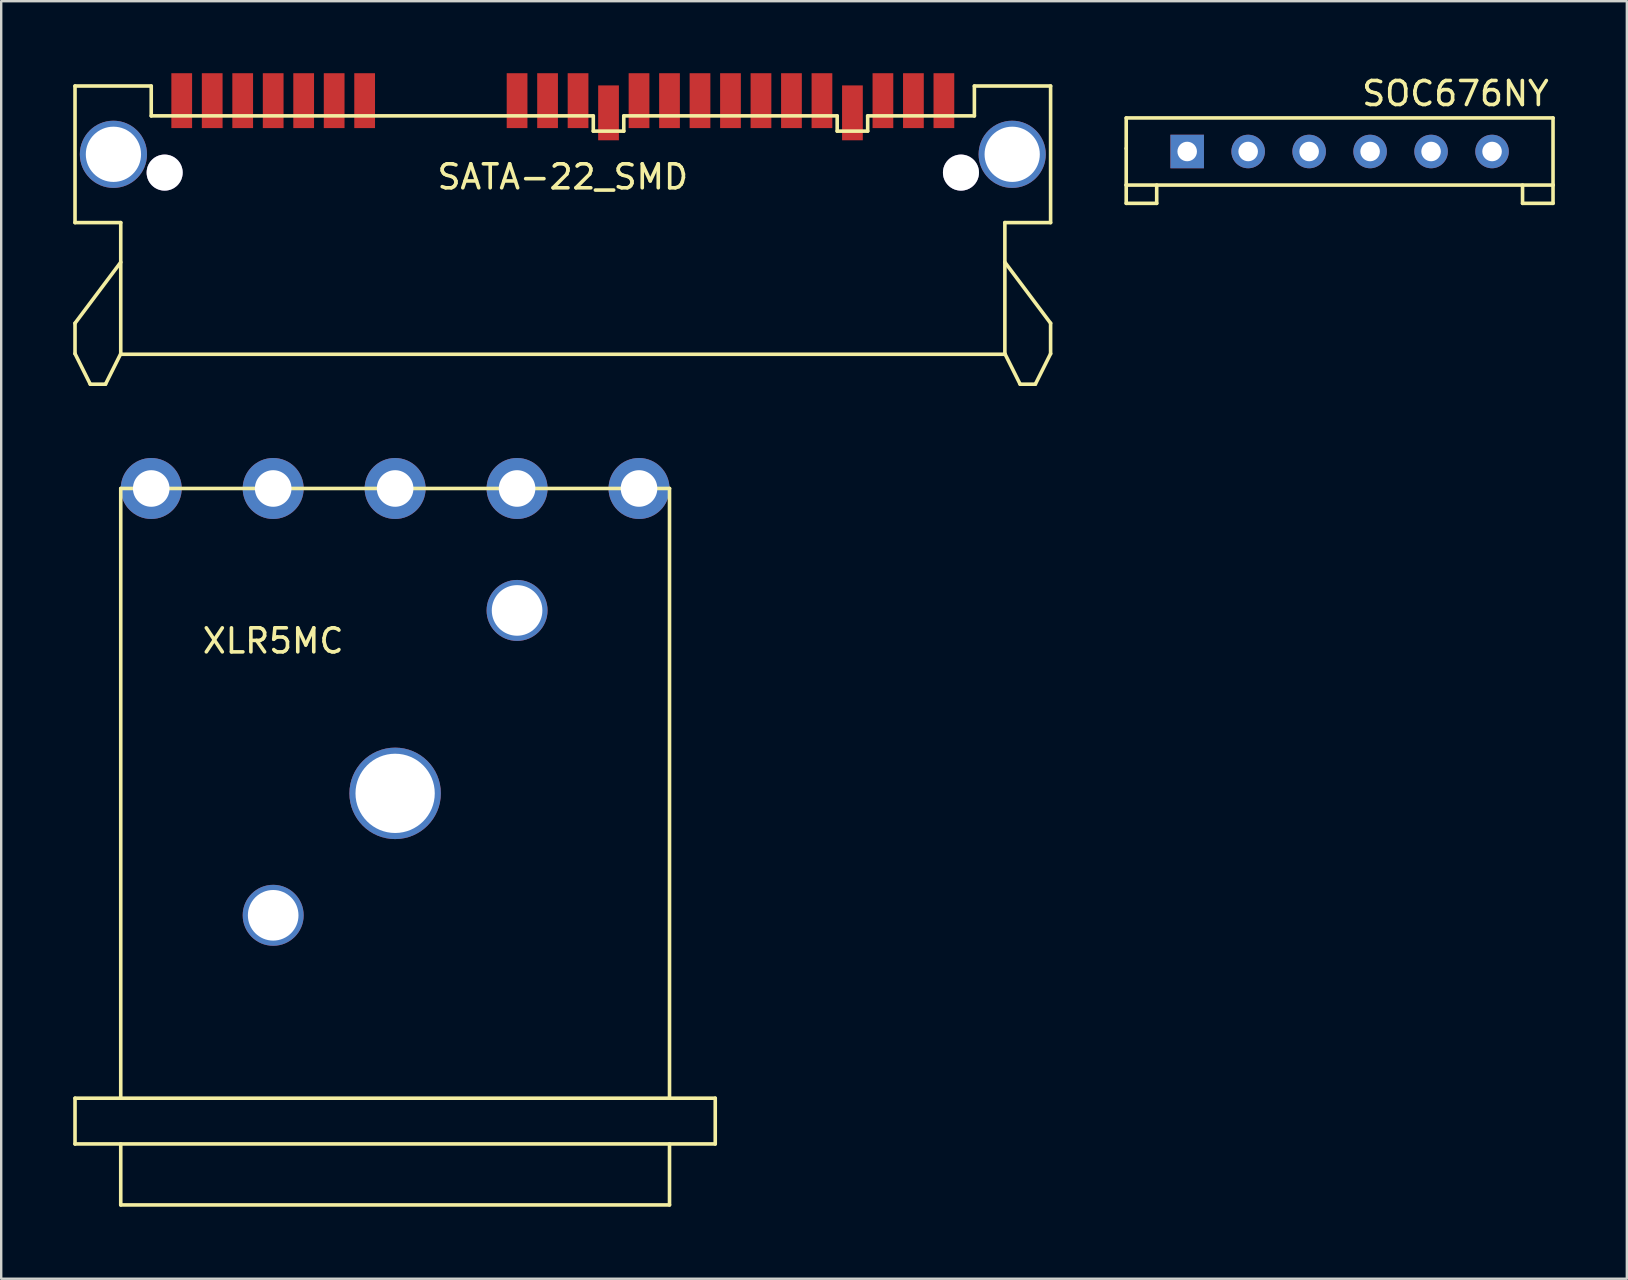
<source format=kicad_pcb>
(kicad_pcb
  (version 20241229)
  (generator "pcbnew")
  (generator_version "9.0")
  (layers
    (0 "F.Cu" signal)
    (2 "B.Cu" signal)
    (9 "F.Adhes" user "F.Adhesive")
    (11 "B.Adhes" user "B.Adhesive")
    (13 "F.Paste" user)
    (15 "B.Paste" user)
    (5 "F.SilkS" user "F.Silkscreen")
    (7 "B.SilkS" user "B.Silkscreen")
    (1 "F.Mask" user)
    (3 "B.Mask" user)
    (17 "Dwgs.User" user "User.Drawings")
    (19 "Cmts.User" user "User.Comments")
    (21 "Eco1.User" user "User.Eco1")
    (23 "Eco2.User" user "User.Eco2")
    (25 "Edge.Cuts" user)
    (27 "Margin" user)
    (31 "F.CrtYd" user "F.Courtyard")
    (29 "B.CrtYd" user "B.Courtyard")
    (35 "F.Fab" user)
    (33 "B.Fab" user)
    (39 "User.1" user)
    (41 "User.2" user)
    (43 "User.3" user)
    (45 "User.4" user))
  (footprint "SATA-22_SMD"
    (layer "F.Cu")
    (at 20.395 1.143)
    (property "Reference" "SATA-22_SMD" (at 0 3.175 0) (layer "F.SilkS") (effects (font (size 1 1) (thickness 0.15))))
    (attr through_hole)
    (fp_line (start -20.32 -0.61) (end -20.32 5.08) (stroke (width 0.15) (type solid)) (layer "F.SilkS"))
    (fp_line (start -20.32 5.08) (end -18.415 5.08) (stroke (width 0.15) (type solid)) (layer "F.SilkS"))
    (fp_line (start -20.32 9.271) (end -18.415 6.731) (stroke (width 0.15) (type solid)) (layer "F.SilkS"))
    (fp_line (start -20.32 10.541) (end -20.32 9.271) (stroke (width 0.15) (type solid)) (layer "F.SilkS"))
    (fp_line (start -19.685 11.811) (end -20.32 10.541) (stroke (width 0.15) (type solid)) (layer "F.SilkS"))
    (fp_line (start -19.05 11.811) (end -19.685 11.811) (stroke (width 0.15) (type solid)) (layer "F.SilkS"))
    (fp_line (start -18.415 5.08) (end -18.415 10.566) (stroke (width 0.15) (type solid)) (layer "F.SilkS"))
    (fp_line (start -18.415 10.541) (end -19.05 11.811) (stroke (width 0.15) (type solid)) (layer "F.SilkS"))
    (fp_line (start -18.415 10.566) (end 18.415 10.566) (stroke (width 0.15) (type solid)) (layer "F.SilkS"))
    (fp_line (start -17.145 -0.61) (end -20.32 -0.61) (stroke (width 0.15) (type solid)) (layer "F.SilkS"))
    (fp_line (start -17.145 -0.61) (end -17.145 0.635) (stroke (width 0.15) (type solid)) (layer "F.SilkS"))
    (fp_line (start -17.145 0.635) (end 1.27 0.635) (stroke (width 0.15) (type solid)) (layer "F.SilkS"))
    (fp_line (start 1.27 0.635) (end 1.27 1.27) (stroke (width 0.15) (type solid)) (layer "F.SilkS"))
    (fp_line (start 1.27 1.27) (end 2.54 1.27) (stroke (width 0.15) (type solid)) (layer "F.SilkS"))
    (fp_line (start 2.54 0.635) (end 11.43 0.635) (stroke (width 0.15) (type solid)) (layer "F.SilkS"))
    (fp_line (start 2.54 1.27) (end 2.54 0.635) (stroke (width 0.15) (type solid)) (layer "F.SilkS"))
    (fp_line (start 11.43 0.635) (end 11.43 1.27) (stroke (width 0.15) (type solid)) (layer "F.SilkS"))
    (fp_line (start 11.43 1.27) (end 12.7 1.27) (stroke (width 0.15) (type solid)) (layer "F.SilkS"))
    (fp_line (start 12.7 0.635) (end 17.145 0.635) (stroke (width 0.15) (type solid)) (layer "F.SilkS"))
    (fp_line (start 12.7 1.27) (end 12.7 0.635) (stroke (width 0.15) (type solid)) (layer "F.SilkS"))
    (fp_line (start 17.145 -0.61) (end 17.145 0.635) (stroke (width 0.15) (type solid)) (layer "F.SilkS"))
    (fp_line (start 18.415 5.08) (end 20.32 5.08) (stroke (width 0.15) (type solid)) (layer "F.SilkS"))
    (fp_line (start 18.415 10.541) (end 19.05 11.811) (stroke (width 0.15) (type solid)) (layer "F.SilkS"))
    (fp_line (start 18.415 10.566) (end 18.415 5.08) (stroke (width 0.15) (type solid)) (layer "F.SilkS"))
    (fp_line (start 19.05 11.811) (end 19.685 11.811) (stroke (width 0.15) (type solid)) (layer "F.SilkS"))
    (fp_line (start 19.685 11.811) (end 20.32 10.541) (stroke (width 0.15) (type solid)) (layer "F.SilkS"))
    (fp_line (start 20.32 -0.61) (end 17.145 -0.61) (stroke (width 0.15) (type solid)) (layer "F.SilkS"))
    (fp_line (start 20.32 5.08) (end 20.32 -0.61) (stroke (width 0.15) (type solid)) (layer "F.SilkS"))
    (fp_line (start 20.32 9.271) (end 18.415 6.731) (stroke (width 0.15) (type solid)) (layer "F.SilkS"))
    (fp_line (start 20.32 10.541) (end 20.32 9.271) (stroke (width 0.15) (type solid)) (layer "F.SilkS"))
    (pad "" thru_hole circle (at -18.72 2.235) (size 2.799 2.799) (drill 2.301) (layers "*.Cu" "*.Mask"))
    (pad "" thru_hole circle (at -16.586 2.997) (size 1.501 1.501) (drill 1.501) (layers "*.Cu" "*.Mask"))
    (pad "" thru_hole circle (at 16.586 2.997) (size 1.501 1.501) (drill 1.501) (layers "*.Cu" "*.Mask"))
    (pad "" thru_hole circle (at 18.72 2.235) (size 2.799 2.799) (drill 2.301) (layers "*.Cu" "*.Mask"))
    (pad "1" smd rect (at -15.875 0) (size 0.864 2.286) (layers "F.Cu" "F.Mask" "F.Paste"))
    (pad "2" smd rect (at -14.605 0) (size 0.864 2.286) (layers "F.Cu" "F.Mask" "F.Paste"))
    (pad "3" smd rect (at -13.335 0) (size 0.864 2.286) (layers "F.Cu" "F.Mask" "F.Paste"))
    (pad "4" smd rect (at -12.065 0) (size 0.864 2.286) (layers "F.Cu" "F.Mask" "F.Paste"))
    (pad "5" smd rect (at -10.795 0) (size 0.864 2.286) (layers "F.Cu" "F.Mask" "F.Paste"))
    (pad "6" smd rect (at -9.525 0) (size 0.864 2.286) (layers "F.Cu" "F.Mask" "F.Paste"))
    (pad "7" smd rect (at -8.255 0) (size 0.864 2.286) (layers "F.Cu" "F.Mask" "F.Paste"))
    (pad "8" smd rect (at -1.905 0) (size 0.864 2.286) (layers "F.Cu" "F.Mask" "F.Paste"))
    (pad "9" smd rect (at -0.635 0) (size 0.864 2.286) (layers "F.Cu" "F.Mask" "F.Paste"))
    (pad "10" smd rect (at 0.635 0) (size 0.864 2.286) (layers "F.Cu" "F.Mask" "F.Paste"))
    (pad "11" smd rect (at 1.905 0.508) (size 0.864 2.286) (layers "F.Cu" "F.Mask" "F.Paste"))
    (pad "12" smd rect (at 3.175 0) (size 0.864 2.286) (layers "F.Cu" "F.Mask" "F.Paste"))
    (pad "13" smd rect (at 4.445 0) (size 0.864 2.286) (layers "F.Cu" "F.Mask" "F.Paste"))
    (pad "14" smd rect (at 5.715 0) (size 0.864 2.286) (layers "F.Cu" "F.Mask" "F.Paste"))
    (pad "15" smd rect (at 6.985 0) (size 0.864 2.286) (layers "F.Cu" "F.Mask" "F.Paste"))
    (pad "16" smd rect (at 8.255 0) (size 0.864 2.286) (layers "F.Cu" "F.Mask" "F.Paste"))
    (pad "17" smd rect (at 9.525 0) (size 0.864 2.286) (layers "F.Cu" "F.Mask" "F.Paste"))
    (pad "18" smd rect (at 10.795 0) (size 0.864 2.286) (layers "F.Cu" "F.Mask" "F.Paste"))
    (pad "19" smd rect (at 12.065 0.508) (size 0.864 2.286) (layers "F.Cu" "F.Mask" "F.Paste"))
    (pad "20" smd rect (at 13.335 0) (size 0.864 2.286) (layers "F.Cu" "F.Mask" "F.Paste"))
    (pad "21" smd rect (at 14.605 0) (size 0.864 2.286) (layers "F.Cu" "F.Mask" "F.Paste"))
    (pad "22" smd rect (at 15.875 0) (size 0.864 2.286) (layers "F.Cu" "F.Mask" "F.Paste")))
  (footprint "XLR5MC"
    (layer "F.Cu")
    (at 13.41 17.299)
    (property "Reference" "XLR5MC" (at -5.08 6.35 0) (layer "F.SilkS") (effects (font (size 1 1) (thickness 0.15))))
    (attr through_hole)
    (fp_line (start -13.335 25.4) (end 13.335 25.4) (stroke (width 0.15) (type solid)) (layer "F.SilkS"))
    (fp_line (start -13.335 27.305) (end -13.335 25.4) (stroke (width 0.15) (type solid)) (layer "F.SilkS"))
    (fp_line (start -11.43 0) (end 11.43 0) (stroke (width 0.15) (type solid)) (layer "F.SilkS"))
    (fp_line (start -11.43 25.4) (end -11.43 0) (stroke (width 0.15) (type solid)) (layer "F.SilkS"))
    (fp_line (start -11.43 29.845) (end -11.43 27.305) (stroke (width 0.15) (type solid)) (layer "F.SilkS"))
    (fp_line (start 11.43 25.4) (end 11.43 0) (stroke (width 0.15) (type solid)) (layer "F.SilkS"))
    (fp_line (start 11.43 27.305) (end 11.43 29.845) (stroke (width 0.15) (type solid)) (layer "F.SilkS"))
    (fp_line (start 11.43 29.845) (end -11.43 29.845) (stroke (width 0.15) (type solid)) (layer "F.SilkS"))
    (fp_line (start 13.335 27.305) (end -13.335 27.305) (stroke (width 0.15) (type solid)) (layer "F.SilkS"))
    (fp_line (start 13.335 27.305) (end 13.335 25.4) (stroke (width 0.15) (type solid)) (layer "F.SilkS"))
    (pad "" thru_hole circle (at -5.08 17.78) (size 2.54 2.54) (drill 2.108) (layers "*.Cu" "*.Mask"))
    (pad "" thru_hole circle (at 0 12.7) (size 3.81 3.81) (drill 3.302) (layers "*.Cu" "*.Mask"))
    (pad "" thru_hole circle (at 5.08 5.08) (size 2.54 2.54) (drill 2.108) (layers "*.Cu" "*.Mask"))
    (pad "1" thru_hole circle (at -10.16 0) (size 2.54 2.54) (drill 1.524) (layers "*.Cu" "*.Mask"))
    (pad "2" thru_hole circle (at -5.08 0) (size 2.54 2.54) (drill 1.524) (layers "*.Cu" "*.Mask"))
    (pad "3" thru_hole circle (at 0 0) (size 2.54 2.54) (drill 1.524) (layers "*.Cu" "*.Mask"))
    (pad "4" thru_hole circle (at 5.08 0) (size 2.54 2.54) (drill 1.524) (layers "*.Cu" "*.Mask"))
    (pad "5" thru_hole circle (at 10.16 0) (size 2.54 2.54) (drill 1.524) (layers "*.Cu" "*.Mask")))
  (footprint "SOC676NY"
    (layer "F.Cu")
    (at 52.755 3.261)
    (property "Reference" "SOC676NY" (at 4.826 -2.413 0) (layer "F.SilkS") (effects (font (size 1 1) (thickness 0.15))))
    (attr through_hole)
    (fp_line (start -8.89 -1.397) (end -8.89 -0.127) (stroke (width 0.15) (type solid)) (layer "F.SilkS"))
    (fp_line (start -8.89 -0.127) (end -8.89 1.397) (stroke (width 0.15) (type solid)) (layer "F.SilkS"))
    (fp_line (start -8.89 1.397) (end -8.89 2.159) (stroke (width 0.15) (type solid)) (layer "F.SilkS"))
    (fp_line (start -8.89 1.397) (end 8.89 1.397) (stroke (width 0.15) (type solid)) (layer "F.SilkS"))
    (fp_line (start -8.89 2.159) (end -7.62 2.159) (stroke (width 0.15) (type solid)) (layer "F.SilkS"))
    (fp_line (start -7.62 2.159) (end -7.62 1.397) (stroke (width 0.15) (type solid)) (layer "F.SilkS"))
    (fp_line (start 7.62 1.397) (end 7.62 2.159) (stroke (width 0.15) (type solid)) (layer "F.SilkS"))
    (fp_line (start 7.62 2.159) (end 8.89 2.159) (stroke (width 0.15) (type solid)) (layer "F.SilkS"))
    (fp_line (start 8.89 -1.397) (end -8.89 -1.397) (stroke (width 0.15) (type solid)) (layer "F.SilkS"))
    (fp_line (start 8.89 1.397) (end 8.89 -1.397) (stroke (width 0.15) (type solid)) (layer "F.SilkS"))
    (fp_line (start 8.89 2.159) (end 8.89 1.397) (stroke (width 0.15) (type solid)) (layer "F.SilkS"))
    (pad "1" thru_hole rect (at -6.35 0) (size 1.397 1.397) (drill 0.813) (layers "*.Cu" "*.Mask"))
    (pad "2" thru_hole circle (at -3.81 0) (size 1.397 1.397) (drill 0.813) (layers "*.Cu" "*.Mask"))
    (pad "3" thru_hole circle (at -1.27 0) (size 1.397 1.397) (drill 0.813) (layers "*.Cu" "*.Mask"))
    (pad "4" thru_hole circle (at 1.27 0) (size 1.397 1.397) (drill 0.813) (layers "*.Cu" "*.Mask"))
    (pad "5" thru_hole circle (at 3.81 0) (size 1.397 1.397) (drill 0.813) (layers "*.Cu" "*.Mask"))
    (pad "6" thru_hole circle (at 6.35 0) (size 1.397 1.397) (drill 0.813) (layers "*.Cu" "*.Mask")))
  (gr_rect
    (start -3 -3)
    (end 64.72 50.219)
    (stroke (width 0.1) (type default))
    (fill no)
    (layer "Edge.Cuts")))
</source>
